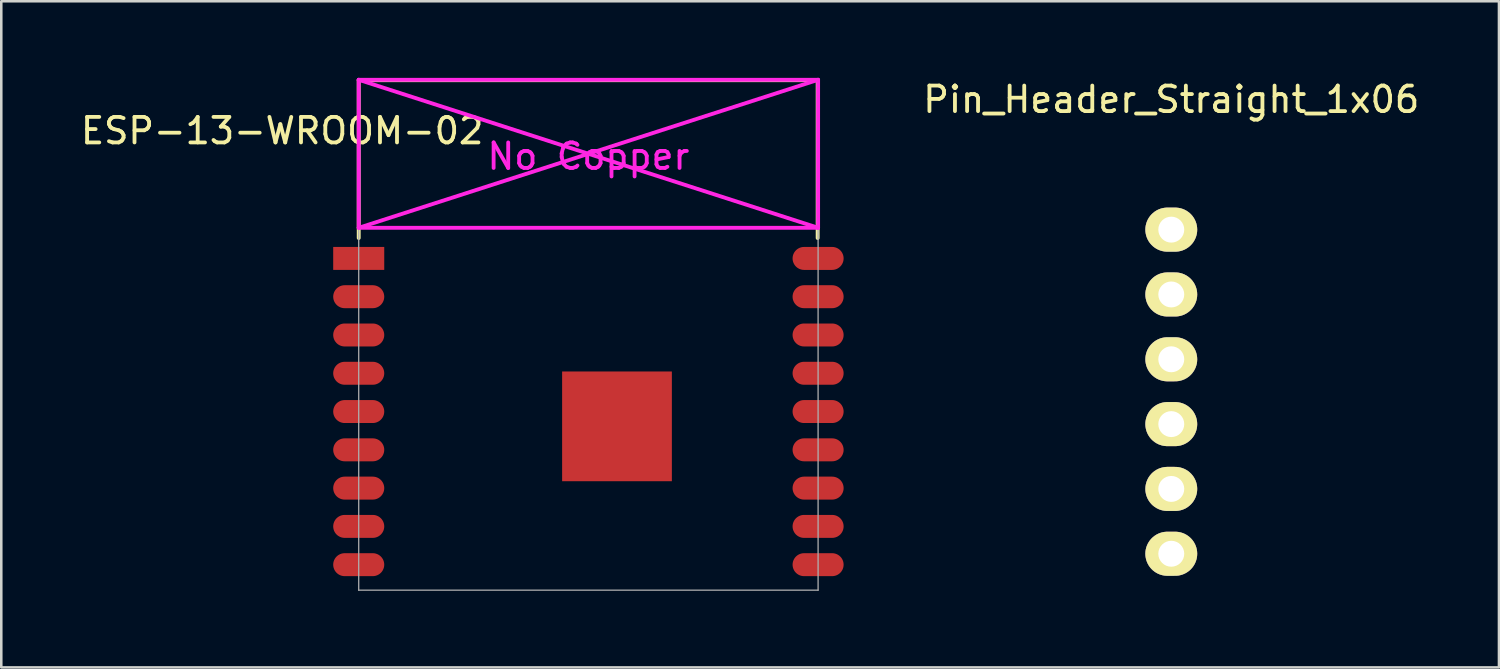
<source format=kicad_pcb>
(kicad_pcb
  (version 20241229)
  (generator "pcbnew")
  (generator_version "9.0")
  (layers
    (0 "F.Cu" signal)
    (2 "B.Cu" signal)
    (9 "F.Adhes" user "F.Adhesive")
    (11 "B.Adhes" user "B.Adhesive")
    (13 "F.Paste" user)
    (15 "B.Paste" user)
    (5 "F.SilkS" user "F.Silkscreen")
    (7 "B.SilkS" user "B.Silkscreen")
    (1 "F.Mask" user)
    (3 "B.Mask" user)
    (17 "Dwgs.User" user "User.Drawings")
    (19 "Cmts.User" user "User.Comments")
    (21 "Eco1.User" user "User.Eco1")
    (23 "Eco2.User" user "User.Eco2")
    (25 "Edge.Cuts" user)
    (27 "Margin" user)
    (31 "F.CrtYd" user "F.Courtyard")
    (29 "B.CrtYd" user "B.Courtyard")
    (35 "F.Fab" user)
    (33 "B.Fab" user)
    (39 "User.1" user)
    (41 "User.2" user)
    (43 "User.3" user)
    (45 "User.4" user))
  (footprint "Pin_Header_Straight_1x06"
    (layer "F.Cu")
    (at 42.845 5.948)
    (property "Reference" "Pin_Header_Straight_1x06" (at 0 -5.1 0) (layer "F.SilkS") (effects (font (size 1 1) (thickness 0.15))))
    (attr through_hole)
    (pad "1" thru_hole oval (at 0 0) (size 2.032 1.727) (drill 1.016) (layers "*.Cu" "*.Mask" "F.SilkS"))
    (pad "2" thru_hole oval (at 0 2.54) (size 2.032 1.727) (drill 1.016) (layers "*.Cu" "*.Mask" "F.SilkS"))
    (pad "3" thru_hole oval (at 0 5.08) (size 2.032 1.727) (drill 1.016) (layers "*.Cu" "*.Mask" "F.SilkS"))
    (pad "4" thru_hole oval (at 0 7.62) (size 2.032 1.727) (drill 1.016) (layers "*.Cu" "*.Mask" "F.SilkS"))
    (pad "5" thru_hole oval (at 0 10.16) (size 2.032 1.727) (drill 1.016) (layers "*.Cu" "*.Mask" "F.SilkS"))
    (pad "6" thru_hole oval (at 0 12.7) (size 2.032 1.727) (drill 1.016) (layers "*.Cu" "*.Mask" "F.SilkS")))
  (footprint "ESP-13-WROOM-02"
    (layer "F.Cu")
    (at 11.006 7.076)
    (property "Reference" "ESP-13-WROOM-02" (at -3 -5 0) (layer "F.SilkS") (effects (font (size 1 1) (thickness 0.15))))
    (attr through_hole)
    (fp_line (start 0 -6.985) (end 0 -0.8) (stroke (width 0.152) (type solid)) (layer "F.SilkS"))
    (fp_line (start 17.971 -6.985) (end 0 -6.985) (stroke (width 0.152) (type solid)) (layer "F.SilkS"))
    (fp_line (start 17.983 -6.985) (end 17.983 -0.8) (stroke (width 0.152) (type solid)) (layer "F.SilkS"))
    (fp_line (start 0 -7) (end 0 -1.2) (stroke (width 0.152) (type solid)) (layer "F.CrtYd"))
    (fp_line (start 0 -7) (end 18 -1.2) (stroke (width 0.152) (type solid)) (layer "F.CrtYd"))
    (fp_line (start 0 -1.2) (end 18 -1.2) (stroke (width 0.152) (type solid)) (layer "F.CrtYd"))
    (fp_line (start 18 -7) (end 0 -7) (stroke (width 0.152) (type solid)) (layer "F.CrtYd"))
    (fp_line (start 18 -7) (end 0 -1.2) (stroke (width 0.152) (type solid)) (layer "F.CrtYd"))
    (fp_line (start 18 -1.2) (end 18 -7) (stroke (width 0.152) (type solid)) (layer "F.CrtYd"))
    (fp_line (start 0 -7) (end 18 -7) (stroke (width 0.05) (type solid)) (layer "F.Fab"))
    (fp_line (start 0 13) (end 0 -7) (stroke (width 0.05) (type solid)) (layer "F.Fab"))
    (fp_line (start 0 13) (end 18 13) (stroke (width 0.05) (type solid)) (layer "F.Fab"))
    (fp_line (start 18 -7) (end 18 13) (stroke (width 0.05) (type solid)) (layer "F.Fab"))
    (fp_text user "No Copper" (at 9 -4 0) (layer "F.CrtYd") (effects (font (size 1 1) (thickness 0.15))))
    (pad "1" smd rect (at 0 0) (size 2 0.9) (layers "F.Cu" "F.Mask" "F.Paste"))
    (pad "2" smd oval (at 0 1.5) (size 2 0.9) (layers "F.Cu" "F.Mask" "F.Paste"))
    (pad "3" smd oval (at 0 3) (size 2 0.9) (layers "F.Cu" "F.Mask" "F.Paste"))
    (pad "4" smd oval (at 0 4.5) (size 2 0.9) (layers "F.Cu" "F.Mask" "F.Paste"))
    (pad "5" smd oval (at 0 6) (size 2 0.9) (layers "F.Cu" "F.Mask" "F.Paste"))
    (pad "6" smd oval (at 0 7.5) (size 2 0.9) (layers "F.Cu" "F.Mask" "F.Paste"))
    (pad "7" smd oval (at 0 9) (size 2 0.9) (layers "F.Cu" "F.Mask" "F.Paste"))
    (pad "8" smd oval (at 0 10.5) (size 2 0.9) (layers "F.Cu" "F.Mask" "F.Paste"))
    (pad "9" smd oval (at 0 12) (size 2 0.9) (layers "F.Cu" "F.Mask" "F.Paste"))
    (pad "10" smd oval (at 18 12) (size 2 0.9) (layers "F.Cu" "F.Mask" "F.Paste"))
    (pad "11" smd oval (at 18 10.5) (size 2 0.9) (layers "F.Cu" "F.Mask" "F.Paste"))
    (pad "12" smd oval (at 18 9) (size 2 0.9) (layers "F.Cu" "F.Mask" "F.Paste"))
    (pad "13" smd oval (at 18 7.5) (size 2 0.9) (layers "F.Cu" "F.Mask" "F.Paste"))
    (pad "14" smd oval (at 18 6) (size 2 0.9) (layers "F.Cu" "F.Mask" "F.Paste"))
    (pad "15" smd oval (at 18 4.5) (size 2 0.9) (layers "F.Cu" "F.Mask" "F.Paste"))
    (pad "16" smd oval (at 18 3) (size 2 0.9) (layers "F.Cu" "F.Mask" "F.Paste"))
    (pad "17" smd oval (at 18 1.5) (size 2 0.9) (layers "F.Cu" "F.Mask" "F.Paste"))
    (pad "18" smd oval (at 18 0) (size 2 0.9) (layers "F.Cu" "F.Mask" "F.Paste"))
    (pad "PAD" smd rect (at 10.12 6.58) (size 4.3 4.3) (layers "F.Cu" "F.Mask" "F.Paste")))
  (gr_rect
    (start -3 -3)
    (end 55.685 23.101)
    (stroke (width 0.1) (type default))
    (fill no)
    (layer "Edge.Cuts")))
</source>
